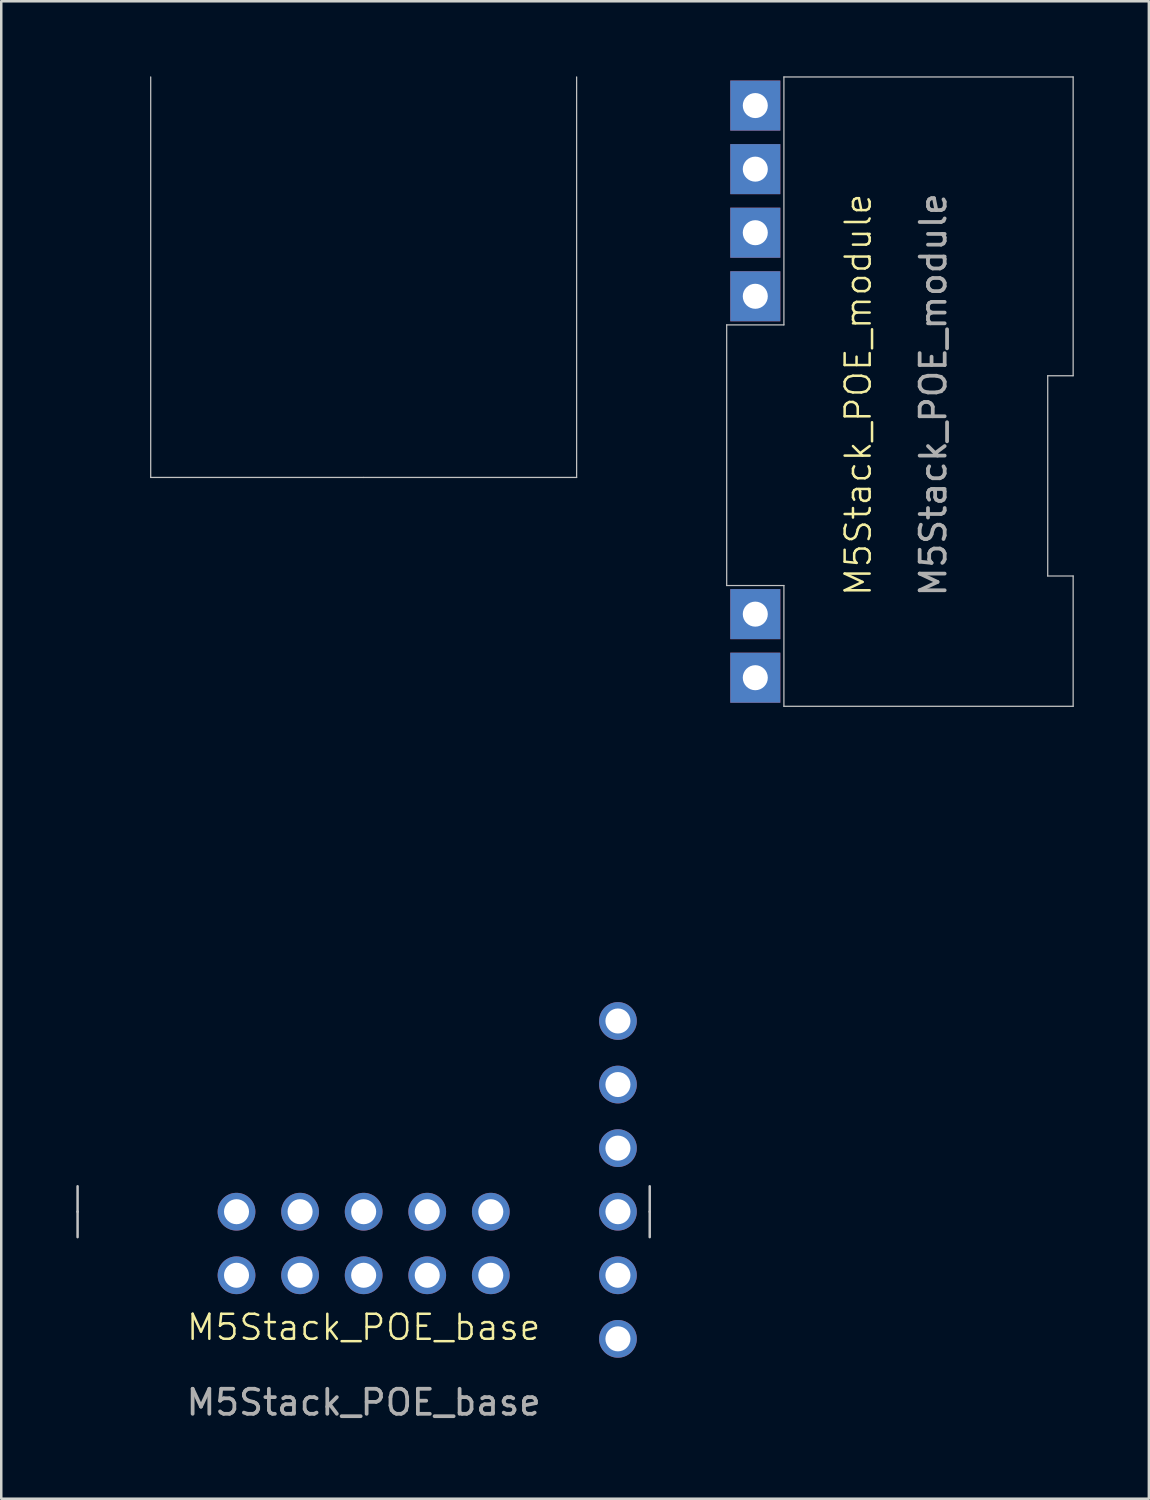
<source format=kicad_pcb>
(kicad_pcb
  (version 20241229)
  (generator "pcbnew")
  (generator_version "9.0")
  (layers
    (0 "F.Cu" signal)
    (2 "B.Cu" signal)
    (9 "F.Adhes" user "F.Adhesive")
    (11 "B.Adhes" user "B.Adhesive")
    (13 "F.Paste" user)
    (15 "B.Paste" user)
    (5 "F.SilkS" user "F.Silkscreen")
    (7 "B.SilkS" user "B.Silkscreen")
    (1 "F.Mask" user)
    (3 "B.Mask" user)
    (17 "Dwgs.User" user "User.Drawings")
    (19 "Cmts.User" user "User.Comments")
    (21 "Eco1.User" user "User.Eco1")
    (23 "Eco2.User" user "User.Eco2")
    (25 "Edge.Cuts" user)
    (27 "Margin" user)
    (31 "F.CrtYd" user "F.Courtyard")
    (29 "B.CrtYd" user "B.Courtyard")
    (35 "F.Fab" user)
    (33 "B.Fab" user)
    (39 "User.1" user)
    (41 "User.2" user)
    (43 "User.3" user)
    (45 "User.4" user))
  (footprint "M5Stack_POE_base"
    (layer "F.Cu")
    (at 11.48 45.364)
    (property "Reference" "M5Stack_POE_base" (at 0 4.62 0) (unlocked yes) (layer "F.SilkS") (effects (font (size 1 1) (thickness 0.1))))
    (attr smd)
    (fp_line (start -11.43 0) (end -11.43 -1.016) (stroke (width 0.1) (type default)) (layer "Dwgs.User"))
    (fp_line (start -11.43 0) (end -11.43 1.016) (stroke (width 0.1) (type default)) (layer "Dwgs.User"))
    (fp_line (start -8.509 -29.337) (end -8.509 -45.339) (stroke (width 0.05) (type default)) (layer "Dwgs.User"))
    (fp_line (start -8.509 -29.337) (end 0 -29.337) (stroke (width 0.05) (type default)) (layer "Dwgs.User"))
    (fp_line (start 8.509 -29.337) (end 0 -29.337) (stroke (width 0.05) (type default)) (layer "Dwgs.User"))
    (fp_line (start 8.509 -29.337) (end 8.509 -45.339) (stroke (width 0.05) (type default)) (layer "Dwgs.User"))
    (fp_line (start 11.43 0) (end 11.43 -1.016) (stroke (width 0.1) (type default)) (layer "Dwgs.User"))
    (fp_line (start 11.43 0) (end 11.43 1.016) (stroke (width 0.1) (type default)) (layer "Dwgs.User"))
    (fp_text user "${REFERENCE}" (at 0 7.62 0) (unlocked yes) (layer "F.Fab") (effects (font (size 1 1) (thickness 0.15))))
    (pad "a1" thru_hole circle (at 10.16 5.08) (size 1.508 1.508) (drill 1) (layers "*.Cu" "*.Mask"))
    (pad "a2" thru_hole circle (at 10.16 2.54) (size 1.508 1.508) (drill 1) (layers "*.Cu" "*.Mask"))
    (pad "a3" thru_hole circle (at 10.16 0) (size 1.508 1.508) (drill 1) (layers "*.Cu" "*.Mask"))
    (pad "a4" thru_hole circle (at 10.16 -2.54) (size 1.508 1.508) (drill 1) (layers "*.Cu" "*.Mask"))
    (pad "a5" thru_hole circle (at 10.16 -5.08) (size 1.508 1.508) (drill 1) (layers "*.Cu" "*.Mask"))
    (pad "a6" thru_hole circle (at 10.16 -7.62) (size 1.508 1.508) (drill 1) (layers "*.Cu" "*.Mask"))
    (pad "b1" thru_hole circle (at -5.08 0) (size 1.508 1.508) (drill 1) (layers "*.Cu" "*.Mask"))
    (pad "b2" thru_hole circle (at -5.08 2.54) (size 1.508 1.508) (drill 1) (layers "*.Cu" "*.Mask"))
    (pad "b3" thru_hole circle (at -2.54 0) (size 1.508 1.508) (drill 1) (layers "*.Cu" "*.Mask"))
    (pad "b4" thru_hole circle (at -2.54 2.54) (size 1.508 1.508) (drill 1) (layers "*.Cu" "*.Mask"))
    (pad "b5" thru_hole circle (at 0 0) (size 1.508 1.508) (drill 1) (layers "*.Cu" "*.Mask"))
    (pad "b6" thru_hole circle (at 0 2.54) (size 1.508 1.508) (drill 1) (layers "*.Cu" "*.Mask"))
    (pad "b7" thru_hole circle (at 2.54 0) (size 1.508 1.508) (drill 1) (layers "*.Cu" "*.Mask"))
    (pad "b8" thru_hole circle (at 2.54 2.54) (size 1.508 1.508) (drill 1) (layers "*.Cu" "*.Mask"))
    (pad "b9" thru_hole circle (at 5.08 0) (size 1.508 1.508) (drill 1) (layers "*.Cu" "*.Mask"))
    (pad "b10" thru_hole circle (at 5.08 2.54) (size 1.508 1.508) (drill 1) (layers "*.Cu" "*.Mask")))
  (footprint "M5Stack_POE_module"
    (layer "F.Cu")
    (at 27.128 1.168)
    (property "Reference" "M5Stack_POE_module" (at 4.112 11.557 90) (unlocked yes) (layer "F.SilkS") (effects (font (size 1 1) (thickness 0.1))))
    (attr smd)
    (fp_line (start -1.143 8.763) (end -1.143 19.177) (stroke (width 0.05) (type default)) (layer "Dwgs.User"))
    (fp_line (start -1.143 19.177) (end 1.143 19.177) (stroke (width 0.05) (type default)) (layer "Dwgs.User"))
    (fp_line (start 1.143 -1.143) (end 12.7 -1.143) (stroke (width 0.05) (type default)) (layer "Dwgs.User"))
    (fp_line (start 1.143 8.763) (end -1.143 8.763) (stroke (width 0.05) (type default)) (layer "Dwgs.User"))
    (fp_line (start 1.143 8.763) (end 1.143 -1.143) (stroke (width 0.05) (type default)) (layer "Dwgs.User"))
    (fp_line (start 1.143 19.177) (end 1.143 24.003) (stroke (width 0.05) (type default)) (layer "Dwgs.User"))
    (fp_line (start 1.143 24.003) (end 12.7 24.003) (stroke (width 0.05) (type default)) (layer "Dwgs.User"))
    (fp_line (start 11.684 10.795) (end 11.684 18.796) (stroke (width 0.05) (type default)) (layer "Dwgs.User"))
    (fp_line (start 11.684 18.796) (end 12.7 18.796) (stroke (width 0.05) (type default)) (layer "Dwgs.User"))
    (fp_line (start 12.7 -1.143) (end 12.7 10.795) (stroke (width 0.05) (type default)) (layer "Dwgs.User"))
    (fp_line (start 12.7 10.795) (end 11.684 10.795) (stroke (width 0.05) (type default)) (layer "Dwgs.User"))
    (fp_line (start 12.7 18.796) (end 12.7 24.003) (stroke (width 0.05) (type default)) (layer "Dwgs.User"))
    (fp_text user "${REFERENCE}" (at 7.112 11.557 90) (unlocked yes) (layer "F.Fab") (effects (font (size 1 1) (thickness 0.15))))
    (pad "1" thru_hole trapezoid (at 0 0) (size 2 2) (drill 1) (layers "*.Cu" "*.Mask"))
    (pad "2" thru_hole trapezoid (at 0 2.54) (size 2 2) (drill 1) (layers "*.Cu" "*.Mask"))
    (pad "3" thru_hole trapezoid (at 0 5.08) (size 2 2) (drill 1) (layers "*.Cu" "*.Mask"))
    (pad "4" thru_hole trapezoid (at 0 7.62) (size 2 2) (drill 1) (layers "*.Cu" "*.Mask"))
    (pad "5" thru_hole trapezoid (at 0 20.32) (size 2 2) (drill 1) (layers "*.Cu" "*.Mask"))
    (pad "6" thru_hole trapezoid (at 0 22.86) (size 2 2) (drill 1) (layers "*.Cu" "*.Mask")))
  (gr_rect
    (start -3 -3)
    (end 42.853 56.832)
    (stroke (width 0.1) (type default))
    (fill no)
    (layer "Edge.Cuts")))
</source>
